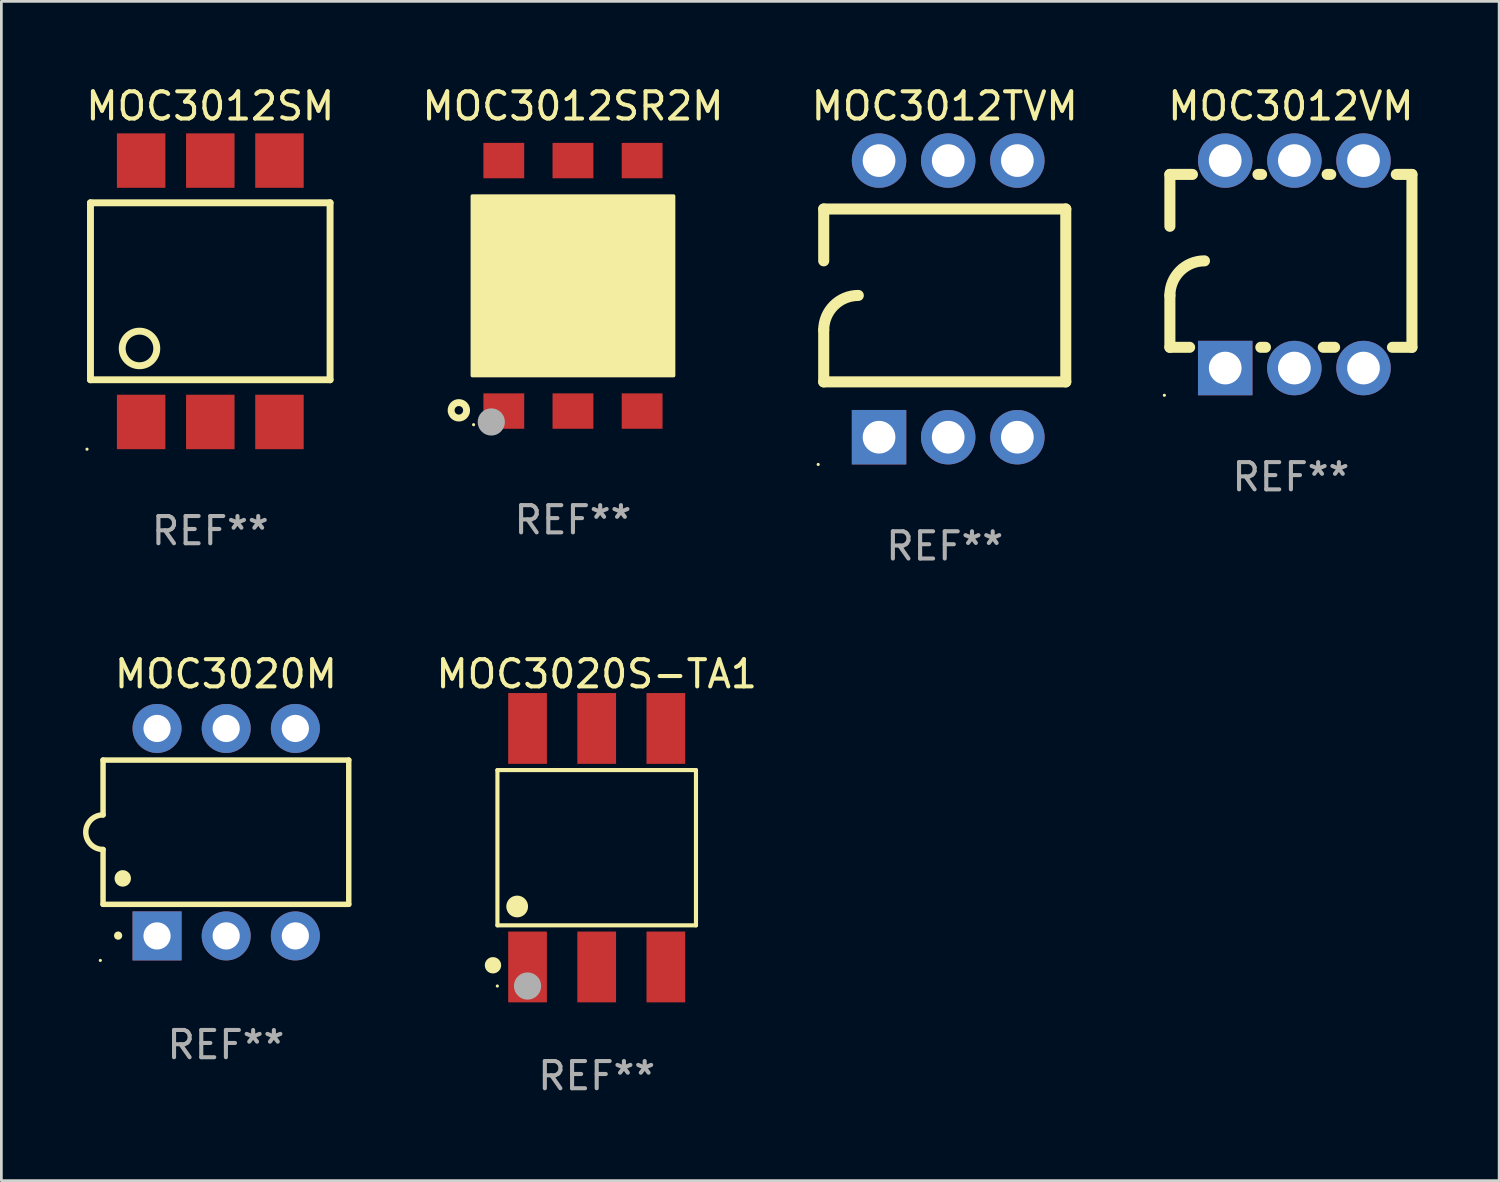
<source format=kicad_pcb>
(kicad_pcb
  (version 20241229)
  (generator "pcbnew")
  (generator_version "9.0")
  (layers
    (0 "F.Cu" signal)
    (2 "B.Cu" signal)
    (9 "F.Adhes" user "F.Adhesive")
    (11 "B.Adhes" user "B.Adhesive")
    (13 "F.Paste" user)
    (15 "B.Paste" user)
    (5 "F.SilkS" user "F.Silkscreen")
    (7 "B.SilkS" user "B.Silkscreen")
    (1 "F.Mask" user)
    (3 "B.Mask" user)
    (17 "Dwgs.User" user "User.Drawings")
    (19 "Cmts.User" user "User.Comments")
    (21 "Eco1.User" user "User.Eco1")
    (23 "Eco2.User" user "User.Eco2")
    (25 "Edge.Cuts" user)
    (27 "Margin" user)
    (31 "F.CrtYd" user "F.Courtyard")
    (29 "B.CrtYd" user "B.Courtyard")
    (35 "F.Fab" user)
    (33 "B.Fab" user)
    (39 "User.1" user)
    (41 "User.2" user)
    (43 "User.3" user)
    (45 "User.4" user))
  (footprint "MOC3012SM"
    (layer "F.Cu")
    (at 4.673 7.648)
    (property "Reference" "MOC3012SM" (at 0 -6.8 0) (layer "F.SilkS") (effects (font (size 1 1) (thickness 0.15))))
    (attr through_hole)
    (fp_line (start -4.4 -3.25) (end -4.4 3.25) (stroke (width 0.254) (type solid)) (layer "F.SilkS"))
    (fp_line (start -4.4 -3.25) (end 4.4 -3.25) (stroke (width 0.254) (type solid)) (layer "F.SilkS"))
    (fp_line (start 4.4 3.25) (end -4.4 3.25) (stroke (width 0.254) (type solid)) (layer "F.SilkS"))
    (fp_line (start 4.4 3.25) (end 4.4 -3.25) (stroke (width 0.254) (type solid)) (layer "F.SilkS"))
    (fp_circle (center -4.527 5.8) (end -4.497 5.8) (stroke (width 0.06) (type solid)) (fill no) (layer "F.SilkS"))
    (fp_circle (center -2.6 2.1) (end -1.965 2.1) (stroke (width 0.254) (type solid)) (fill no) (layer "F.SilkS"))
    (fp_text user "REF**" (at 0 8.8 0) (layer "F.Fab") (effects (font (size 1 1) (thickness 0.15))))
    (pad "1" smd rect (at -2.539 4.8) (size 1.78 2) (layers "F.Cu" "F.Mask" "F.Paste"))
    (pad "2" smd rect (at 0.001 4.8) (size 1.78 2) (layers "F.Cu" "F.Mask" "F.Paste"))
    (pad "3" smd rect (at 2.541 4.8) (size 1.78 2) (layers "F.Cu" "F.Mask" "F.Paste"))
    (pad "4" smd rect (at 2.541 -4.8) (size 1.78 2) (layers "F.Cu" "F.Mask" "F.Paste"))
    (pad "5" smd rect (at 0.001 -4.8) (size 1.78 2) (layers "F.Cu" "F.Mask" "F.Paste"))
    (pad "6" smd rect (at -2.539 -4.8) (size 1.78 2) (layers "F.Cu" "F.Mask" "F.Paste")))
  (footprint "MOC3012TVM"
    (layer "F.Cu")
    (at 31.649 7.928)
    (property "Reference" "MOC3012TVM" (at 0 -7.08 0) (layer "F.SilkS") (effects (font (size 1 1) (thickness 0.15))))
    (attr through_hole)
    (fp_line (start -4.445 -3.302) (end 4.445 -3.302) (stroke (width 0.406) (type solid)) (layer "F.SilkS"))
    (fp_line (start -4.445 -1.397) (end -4.445 -3.302) (stroke (width 0.406) (type solid)) (layer "F.SilkS"))
    (fp_line (start -4.445 3.048) (end -4.445 1.143) (stroke (width 0.406) (type solid)) (layer "F.SilkS"))
    (fp_line (start -4.445 3.048) (end 4.445 3.048) (stroke (width 0.406) (type solid)) (layer "F.SilkS"))
    (fp_line (start 4.445 -3.302) (end 4.445 3.048) (stroke (width 0.406) (type solid)) (layer "F.SilkS"))
    (fp_arc (start -4.444983 1.143002) (mid -4.073008 0.244974) (end -3.17498 -0.127) (stroke (width 0.4064) (type solid)) (layer "F.SilkS"))
    (fp_circle (center -4.648 6.08) (end -4.618 6.08) (stroke (width 0.06) (type solid)) (fill no) (layer "F.SilkS"))
    (fp_text user "REF**" (at 0 9.08 0) (layer "F.Fab") (effects (font (size 1 1) (thickness 0.15))))
    (pad "1" thru_hole rect (at -2.413 5.08 90) (size 2 2) (drill 1.2) (layers "*.Cu" "*.Mask"))
    (pad "2" thru_hole circle (at 0.127 5.08) (size 2 2) (drill 1.2) (layers "*.Cu" "*.Mask"))
    (pad "3" thru_hole circle (at 2.667 5.08) (size 2 2) (drill 1.2) (layers "*.Cu" "*.Mask"))
    (pad "4" thru_hole circle (at 2.667 -5.08) (size 2 2) (drill 1.2) (layers "*.Cu" "*.Mask"))
    (pad "5" thru_hole circle (at 0.127 -5.08) (size 2 2) (drill 1.2) (layers "*.Cu" "*.Mask"))
    (pad "6" thru_hole circle (at -2.413 -5.08) (size 2 2) (drill 1.2) (layers "*.Cu" "*.Mask")))
  (footprint "MOC3020S-TA1"
    (layer "F.Cu")
    (at 18.866 28.085)
    (property "Reference" "MOC3020S-TA1" (at 0 -6.38 0) (layer "F.SilkS") (effects (font (size 1 1) (thickness 0.15))))
    (attr through_hole)
    (fp_line (start -3.646 -2.851) (end 3.646 -2.851) (stroke (width 0.152) (type solid)) (layer "F.SilkS"))
    (fp_line (start -3.646 2.851) (end -3.646 -2.851) (stroke (width 0.152) (type solid)) (layer "F.SilkS"))
    (fp_line (start 3.646 -2.851) (end 3.646 2.851) (stroke (width 0.152) (type solid)) (layer "F.SilkS"))
    (fp_line (start 3.646 2.851) (end -3.646 2.851) (stroke (width 0.152) (type solid)) (layer "F.SilkS"))
    (fp_circle (center -3.81 4.318) (end -3.66 4.318) (stroke (width 0.3) (type solid)) (fill no) (layer "F.SilkS"))
    (fp_circle (center -3.65 5.08) (end -3.62 5.08) (stroke (width 0.06) (type solid)) (fill no) (layer "F.SilkS"))
    (fp_circle (center -2.921 2.159) (end -2.721 2.159) (stroke (width 0.4) (type solid)) (fill no) (layer "F.SilkS"))
    (fp_circle (center -2.54 5.08) (end -2.29 5.08) (stroke (width 0.5) (type solid)) (fill no) (layer "F.Fab"))
    (fp_text user "REF**" (at 0 8.38 0) (layer "F.Fab") (effects (font (size 1 1) (thickness 0.15))))
    (pad "1" smd rect (at -2.54 4.38) (size 1.422 2.6) (layers "F.Cu" "F.Mask" "F.Paste"))
    (pad "2" smd rect (at 0 4.38) (size 1.422 2.6) (layers "F.Cu" "F.Mask" "F.Paste"))
    (pad "3" smd rect (at 2.54 4.38) (size 1.422 2.6) (layers "F.Cu" "F.Mask" "F.Paste"))
    (pad "4" smd rect (at 2.54 -4.38) (size 1.422 2.6) (layers "F.Cu" "F.Mask" "F.Paste"))
    (pad "5" smd rect (at 0 -4.38) (size 1.422 2.6) (layers "F.Cu" "F.Mask" "F.Paste"))
    (pad "6" smd rect (at -2.54 -4.38) (size 1.422 2.6) (layers "F.Cu" "F.Mask" "F.Paste")))
  (footprint "MOC3012VM"
    (layer "F.Cu")
    (at 44.363 6.658)
    (property "Reference" "MOC3012VM" (at 0 -5.81 0) (layer "F.SilkS") (effects (font (size 1 1) (thickness 0.15))))
    (attr through_hole)
    (fp_line (start -4.445 -1.397) (end -4.445 -3.302) (stroke (width 0.406) (type solid)) (layer "F.SilkS"))
    (fp_line (start -4.445 3.048) (end -4.445 1.143) (stroke (width 0.406) (type solid)) (layer "F.SilkS"))
    (fp_line (start -4.445 3.048) (end -3.72 3.048) (stroke (width 0.406) (type solid)) (layer "F.SilkS"))
    (fp_line (start -3.617 -3.302) (end -4.445 -3.302) (stroke (width 0.406) (type solid)) (layer "F.SilkS"))
    (fp_line (start -1.106 3.048) (end -0.935 3.048) (stroke (width 0.406) (type solid)) (layer "F.SilkS"))
    (fp_line (start -1.077 -3.302) (end -1.209 -3.302) (stroke (width 0.406) (type solid)) (layer "F.SilkS"))
    (fp_line (start 1.189 3.048) (end 1.605 3.048) (stroke (width 0.406) (type solid)) (layer "F.SilkS"))
    (fp_line (start 1.463 -3.302) (end 1.331 -3.302) (stroke (width 0.406) (type solid)) (layer "F.SilkS"))
    (fp_line (start 3.729 3.048) (end 4.445 3.048) (stroke (width 0.406) (type solid)) (layer "F.SilkS"))
    (fp_line (start 4.445 -3.302) (end 3.871 -3.302) (stroke (width 0.406) (type solid)) (layer "F.SilkS"))
    (fp_line (start 4.445 -3.302) (end 4.445 3.048) (stroke (width 0.406) (type solid)) (layer "F.SilkS"))
    (fp_arc (start -4.444983 1.143002) (mid -4.073008 0.244974) (end -3.17498 -0.127) (stroke (width 0.4064) (type solid)) (layer "F.SilkS"))
    (fp_circle (center -4.648 4.81) (end -4.618 4.81) (stroke (width 0.06) (type solid)) (fill no) (layer "F.SilkS"))
    (fp_text user "REF**" (at 0 7.81 0) (layer "F.Fab") (effects (font (size 1 1) (thickness 0.15))))
    (pad "1" thru_hole rect (at -2.413 3.81 90) (size 2 2) (drill 1.2) (layers "*.Cu" "*.Mask"))
    (pad "2" thru_hole circle (at 0.127 3.81) (size 2 2) (drill 1.2) (layers "*.Cu" "*.Mask"))
    (pad "3" thru_hole circle (at 2.667 3.81) (size 2 2) (drill 1.2) (layers "*.Cu" "*.Mask"))
    (pad "4" thru_hole circle (at 2.667 -3.81) (size 2 2) (drill 1.2) (layers "*.Cu" "*.Mask"))
    (pad "5" thru_hole circle (at 0.127 -3.81) (size 2 2) (drill 1.2) (layers "*.Cu" "*.Mask"))
    (pad "6" thru_hole circle (at -2.413 -3.81) (size 2 2) (drill 1.2) (layers "*.Cu" "*.Mask")))
  (footprint "MOC3012SR2M"
    (layer "F.Cu")
    (at 17.994 7.448)
    (property "Reference" "MOC3012SR2M" (at 0 -6.6 0) (layer "F.SilkS") (effects (font (size 1 1) (thickness 0.15))))
    (attr through_hole)
    (fp_circle (center -4.191 4.572) (end -3.907 4.572) (stroke (width 0.254) (type solid)) (fill no) (layer "F.SilkS"))
    (fp_circle (center -3.65 5.1) (end -3.62 5.1) (stroke (width 0.06) (type solid)) (fill no) (layer "F.SilkS"))
    (fp_poly (pts (xy -3.7 -3.3) (xy 3.7 -3.3) (xy 3.7 3.3) (xy -3.7 3.3)) (stroke (width 0.12) (type solid)) (fill yes) (layer "F.SilkS"))
    (fp_circle (center -3 5) (end -2.75 5) (stroke (width 0.5) (type solid)) (fill no) (layer "F.Fab"))
    (fp_text user "REF**" (at 0 8.6 0) (layer "F.Fab") (effects (font (size 1 1) (thickness 0.15))))
    (pad "1" smd rect (at -2.54 4.6) (size 1.5 1.3) (layers "F.Cu" "F.Mask" "F.Paste"))
    (pad "2" smd rect (at 0 4.6) (size 1.5 1.3) (layers "F.Cu" "F.Mask" "F.Paste"))
    (pad "3" smd rect (at 2.54 4.6) (size 1.5 1.3) (layers "F.Cu" "F.Mask" "F.Paste"))
    (pad "4" smd rect (at 2.54 -4.6) (size 1.5 1.3) (layers "F.Cu" "F.Mask" "F.Paste"))
    (pad "5" smd rect (at 0 -4.6) (size 1.5 1.3) (layers "F.Cu" "F.Mask" "F.Paste"))
    (pad "6" smd rect (at -2.54 -4.6) (size 1.5 1.3) (layers "F.Cu" "F.Mask" "F.Paste")))
  (footprint "MOC3020M"
    (layer "F.Cu")
    (at 5.247 27.515)
    (property "Reference" "MOC3020M" (at 0 -5.81 0) (layer "F.SilkS") (effects (font (size 1 1) (thickness 0.15))))
    (attr through_hole)
    (fp_line (start -4.512 -2.649) (end 4.512 -2.649) (stroke (width 0.2) (type solid)) (layer "F.SilkS"))
    (fp_line (start -4.512 -0.635) (end -4.512 -2.649) (stroke (width 0.2) (type solid)) (layer "F.SilkS"))
    (fp_line (start -4.512 2.649) (end -4.512 0.635) (stroke (width 0.2) (type solid)) (layer "F.SilkS"))
    (fp_line (start 4.512 -2.649) (end 4.512 2.649) (stroke (width 0.2) (type solid)) (layer "F.SilkS"))
    (fp_line (start 4.512 2.649) (end -4.512 2.649) (stroke (width 0.2) (type solid)) (layer "F.SilkS"))
    (fp_arc (start -4.512319 0.635001) (mid -5.14732 0) (end -4.512319 -0.635001) (stroke (width 0.2) (type solid)) (layer "F.SilkS"))
    (fp_arc (start -3.958598 3.799848) (mid -3.958603 3.798578) (end -3.958598 3.797308) (stroke (width 0.3) (type solid)) (layer "F.SilkS"))
    (fp_arc (start -3.788418 1.699263) (mid -3.788429 1.696723) (end -3.788418 1.694183) (stroke (width 0.6) (type solid)) (layer "F.SilkS"))
    (fp_circle (center -4.612 4.71) (end -4.582 4.71) (stroke (width 0.06) (type solid)) (fill no) (layer "F.SilkS"))
    (fp_text user "REF**" (at 0 7.81 0) (layer "F.Fab") (effects (font (size 1 1) (thickness 0.15))))
    (pad "1" thru_hole rect (at -2.529 3.81 90) (size 1.8 1.8) (drill 1) (layers "*.Cu" "*.Mask"))
    (pad "2" thru_hole circle (at 0.011 3.81) (size 1.8 1.8) (drill 1) (layers "*.Cu" "*.Mask"))
    (pad "3" thru_hole circle (at 2.551 3.81) (size 1.8 1.8) (drill 1) (layers "*.Cu" "*.Mask"))
    (pad "4" thru_hole circle (at 2.551 -3.81) (size 1.8 1.8) (drill 1) (layers "*.Cu" "*.Mask"))
    (pad "5" thru_hole circle (at 0.011 -3.81) (size 1.8 1.8) (drill 1) (layers "*.Cu" "*.Mask"))
    (pad "6" thru_hole circle (at -2.529 -3.81) (size 1.8 1.8) (drill 1) (layers "*.Cu" "*.Mask")))
  (gr_rect
    (start -3 -3)
    (end 52.011 40.313)
    (stroke (width 0.1) (type default))
    (fill no)
    (layer "Edge.Cuts")))
</source>
